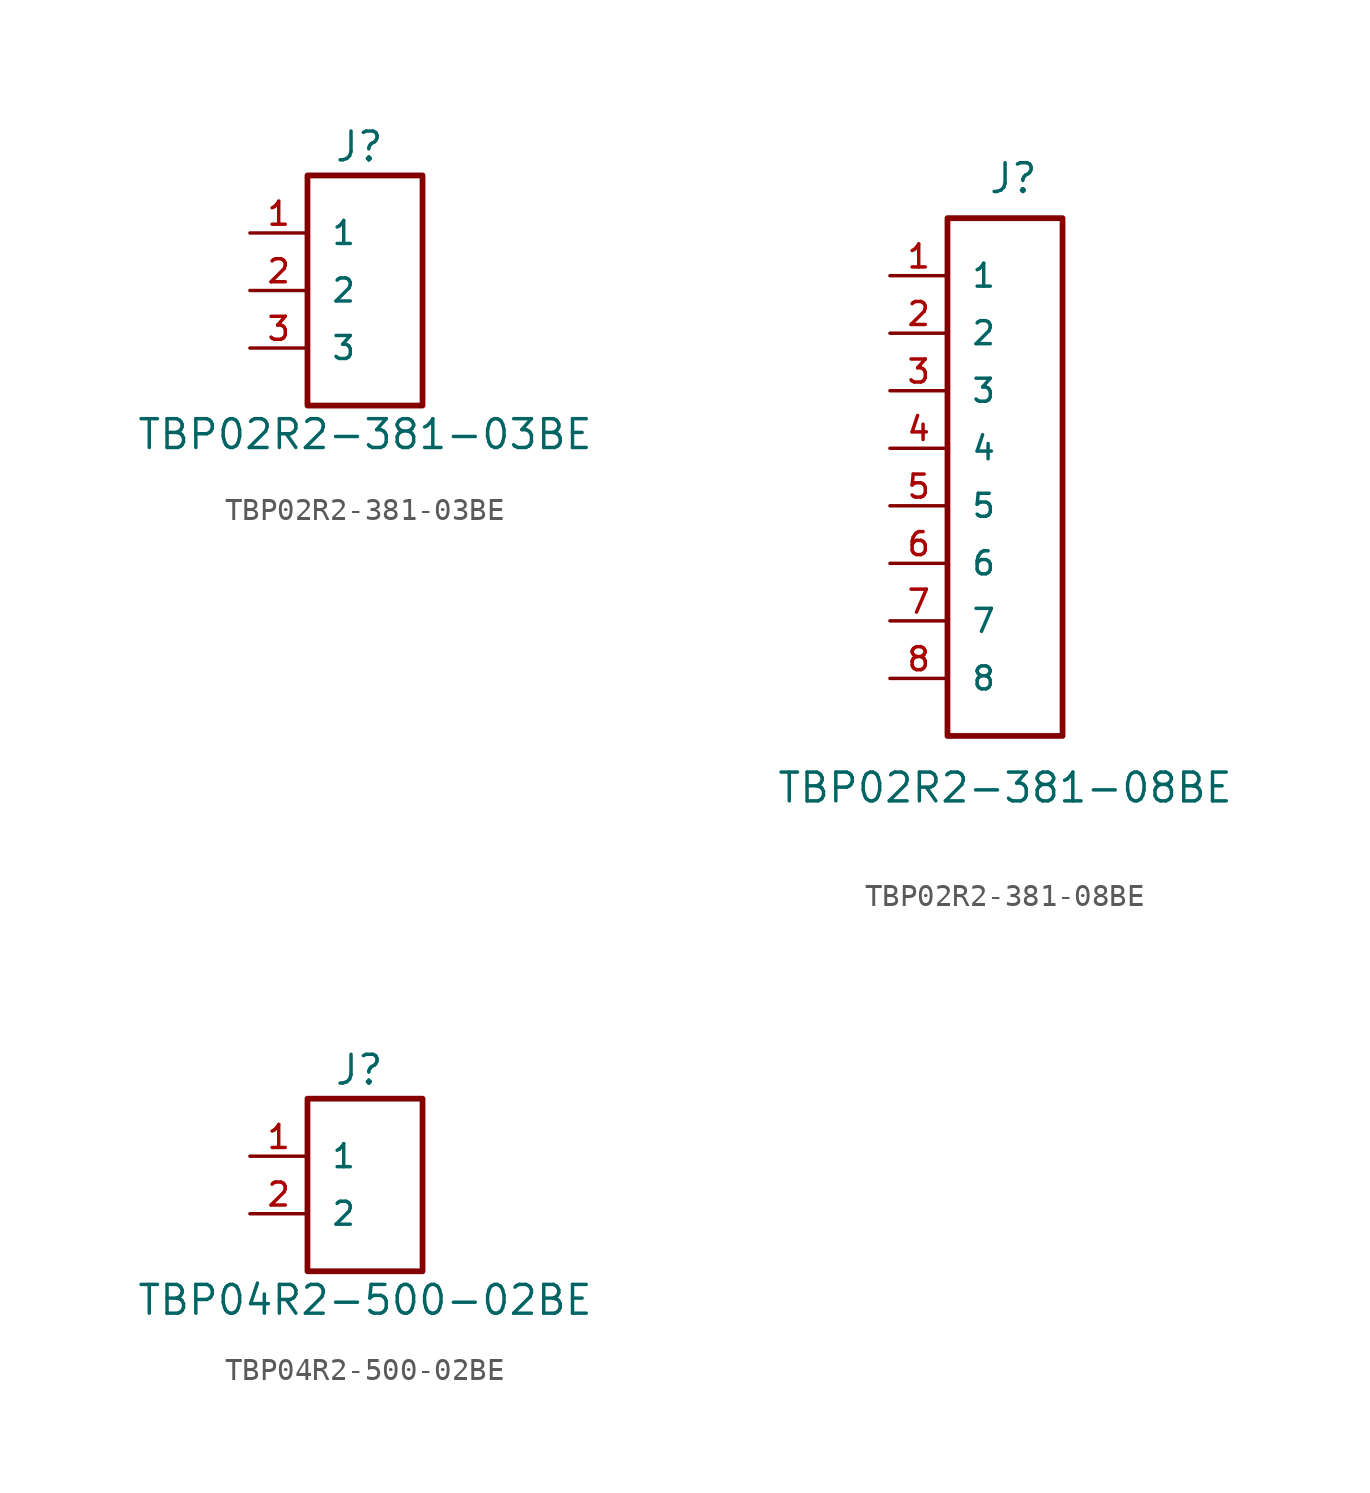
<source format=kicad_sym>
(kicad_symbol_lib
  (version 20231120)
  (generator "kicad_symbol_editor")
  (generator_version "8.0")
  (symbol "TBP02R2-381-03BE"
    (pin_names
      (offset 1.016))
    (property "Reference" "J"
      (at -0.254 6.35 0)
      (effects (font (size 1.27 1.27))))
    (property "Value" "TBP02R2-381-03BE"
      (at 0 -6.35 0)
      (effects (font (size 1.27 1.27))))
    (symbol "TBP02R2-381-03BE_0_0"
      (pin passive line (at -5.08 2.54 0) (length 2.54) (name "1" (effects (font (size 1.016 1.016)))) (number "1" (effects (font (size 1.016 1.016)))))
      (pin passive line (at -5.08 0 0) (length 2.54) (name "2" (effects (font (size 1.016 1.016)))) (number "2" (effects (font (size 1.016 1.016)))))
      (pin passive line (at -5.08 -2.54 0) (length 2.54) (name "3" (effects (font (size 1.016 1.016)))) (number "3" (effects (font (size 1.016 1.016))))))
    (symbol "TBP02R2-381-03BE_1_0"
      (rectangle (start -2.54 5.08) (end 2.54 -5.08) (stroke (width 0.254) (type solid)) (fill (type none)))))
  (symbol "TBP02R2-381-08BE"
    (pin_names
      (offset 1.016))
    (property "Reference" "J"
      (at -0.762 12.446 0)
      (effects (font (size 1.27 1.27)) (justify left bottom)))
    (property "Value" "TBP02R2-381-08BE"
      (at 0 -13.716 0)
      (effects (font (size 1.27 1.27))))
    (symbol "TBP02R2-381-08BE_0_0"
      (pin passive line (at -5.08 8.89 0) (length 2.54) (name "1" (effects (font (size 1.016 1.016)))) (number "1" (effects (font (size 1.016 1.016)))))
      (pin passive line (at -5.08 6.35 0) (length 2.54) (name "2" (effects (font (size 1.016 1.016)))) (number "2" (effects (font (size 1.016 1.016)))))
      (pin passive line (at -5.08 3.81 0) (length 2.54) (name "3" (effects (font (size 1.016 1.016)))) (number "3" (effects (font (size 1.016 1.016)))))
      (pin passive line (at -5.08 1.27 0) (length 2.54) (name "4" (effects (font (size 1.016 1.016)))) (number "4" (effects (font (size 1.016 1.016)))))
      (pin passive line (at -5.08 -1.27 0) (length 2.54) (name "5" (effects (font (size 1.016 1.016)))) (number "5" (effects (font (size 1.016 1.016)))))
      (pin passive line (at -5.08 -3.81 0) (length 2.54) (name "6" (effects (font (size 1.016 1.016)))) (number "6" (effects (font (size 1.016 1.016)))))
      (pin passive line (at -5.08 -6.35 0) (length 2.54) (name "7" (effects (font (size 1.016 1.016)))) (number "7" (effects (font (size 1.016 1.016)))))
      (pin passive line (at -5.08 -8.89 0) (length 2.54) (name "8" (effects (font (size 1.016 1.016)))) (number "8" (effects (font (size 1.016 1.016))))))
    (symbol "TBP02R2-381-08BE_1_0"
      (rectangle (start -2.54 11.43) (end 2.54 -11.43) (stroke (width 0.254) (type solid)) (fill (type none)))))
  (symbol "TBP04R2-500-02BE"
    (pin_names
      (offset 1.016))
    (property "Reference" "J"
      (at -0.254 5.08 0)
      (effects (font (size 1.27 1.27))))
    (property "Value" "TBP04R2-500-02BE"
      (at 0 -5.08 0)
      (effects (font (size 1.27 1.27))))
    (symbol "TBP04R2-500-02BE_0_0"
      (pin passive line (at -5.08 1.27 0) (length 2.54) (name "1" (effects (font (size 1.016 1.016)))) (number "1" (effects (font (size 1.016 1.016)))))
      (pin passive line (at -5.08 -1.27 0) (length 2.54) (name "2" (effects (font (size 1.016 1.016)))) (number "2" (effects (font (size 1.016 1.016))))))
    (symbol "TBP04R2-500-02BE_1_0"
      (rectangle (start -2.54 3.81) (end 2.54 -3.81) (stroke (width 0.254) (type solid)) (fill (type none))))))
</source>
